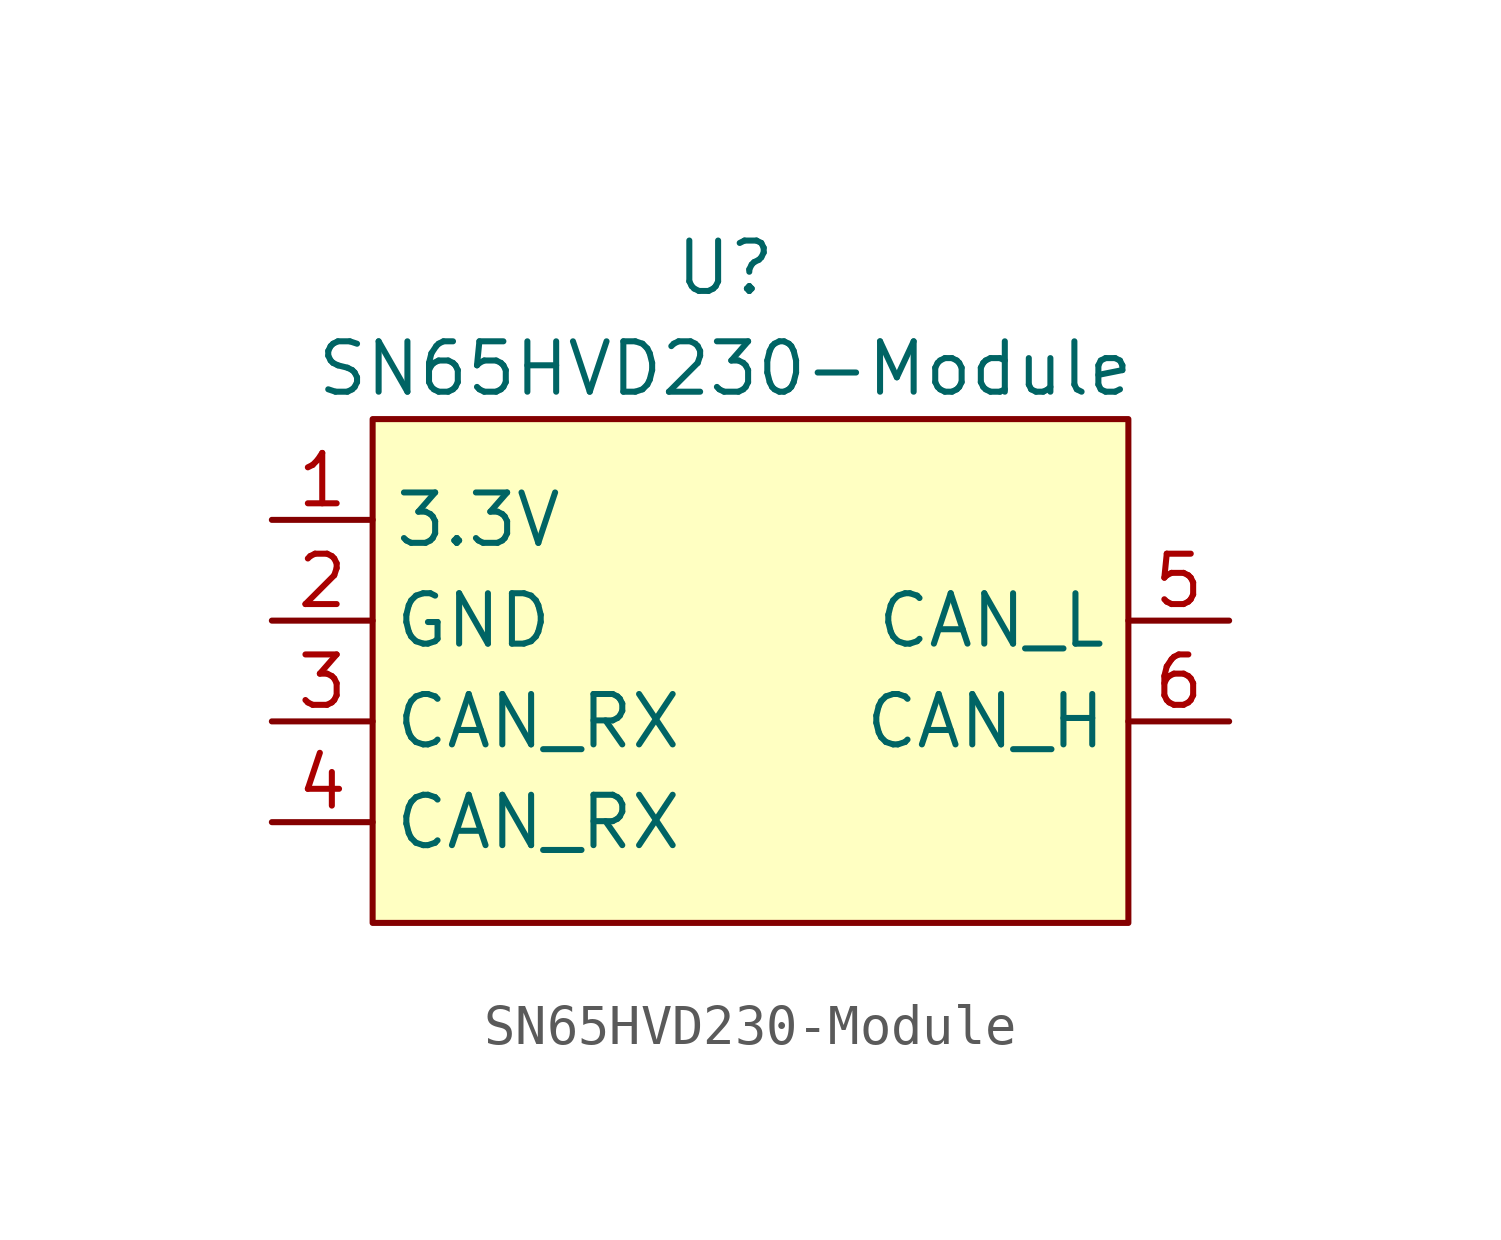
<source format=kicad_sym>
(kicad_symbol_lib
  (version 20220914)
  (generator kicad_symbol_editor)
  (symbol "SN65HVD230-Module"
    (property "Reference" "U"
      (at 0 3.81 0)
      (effects (font (size 1.27 1.27))))
    (property "Value" "SN65HVD230-Module"
      (at 0 1.27 0)
      (effects (font (size 1.27 1.27))))
    (symbol "SN65HVD230-Module_1_1"
      (rectangle (start -8.89 0) (end 10.16 -12.7) (stroke (width 0) (type default)) (fill (type background)))
      (pin power_in line (at -11.43 -2.54 0) (length 2.54) (name "3.3V" (effects (font (size 1.27 1.27)))) (number "1" (effects (font (size 1.27 1.27)))))
      (pin passive line (at -11.43 -5.08 0) (length 2.54) (name "GND" (effects (font (size 1.27 1.27)))) (number "2" (effects (font (size 1.27 1.27)))))
      (pin bidirectional line (at -11.43 -7.62 0) (length 2.54) (name "CAN_RX" (effects (font (size 1.27 1.27)))) (number "3" (effects (font (size 1.27 1.27)))))
      (pin bidirectional line (at -11.43 -10.16 0) (length 2.54) (name "CAN_RX" (effects (font (size 1.27 1.27)))) (number "4" (effects (font (size 1.27 1.27)))))
      (pin bidirectional line (at 12.7 -5.08 180) (length 2.54) (name "CAN_L" (effects (font (size 1.27 1.27)))) (number "5" (effects (font (size 1.27 1.27)))))
      (pin bidirectional line (at 12.7 -7.62 180) (length 2.54) (name "CAN_H" (effects (font (size 1.27 1.27)))) (number "6" (effects (font (size 1.27 1.27))))))))
</source>
